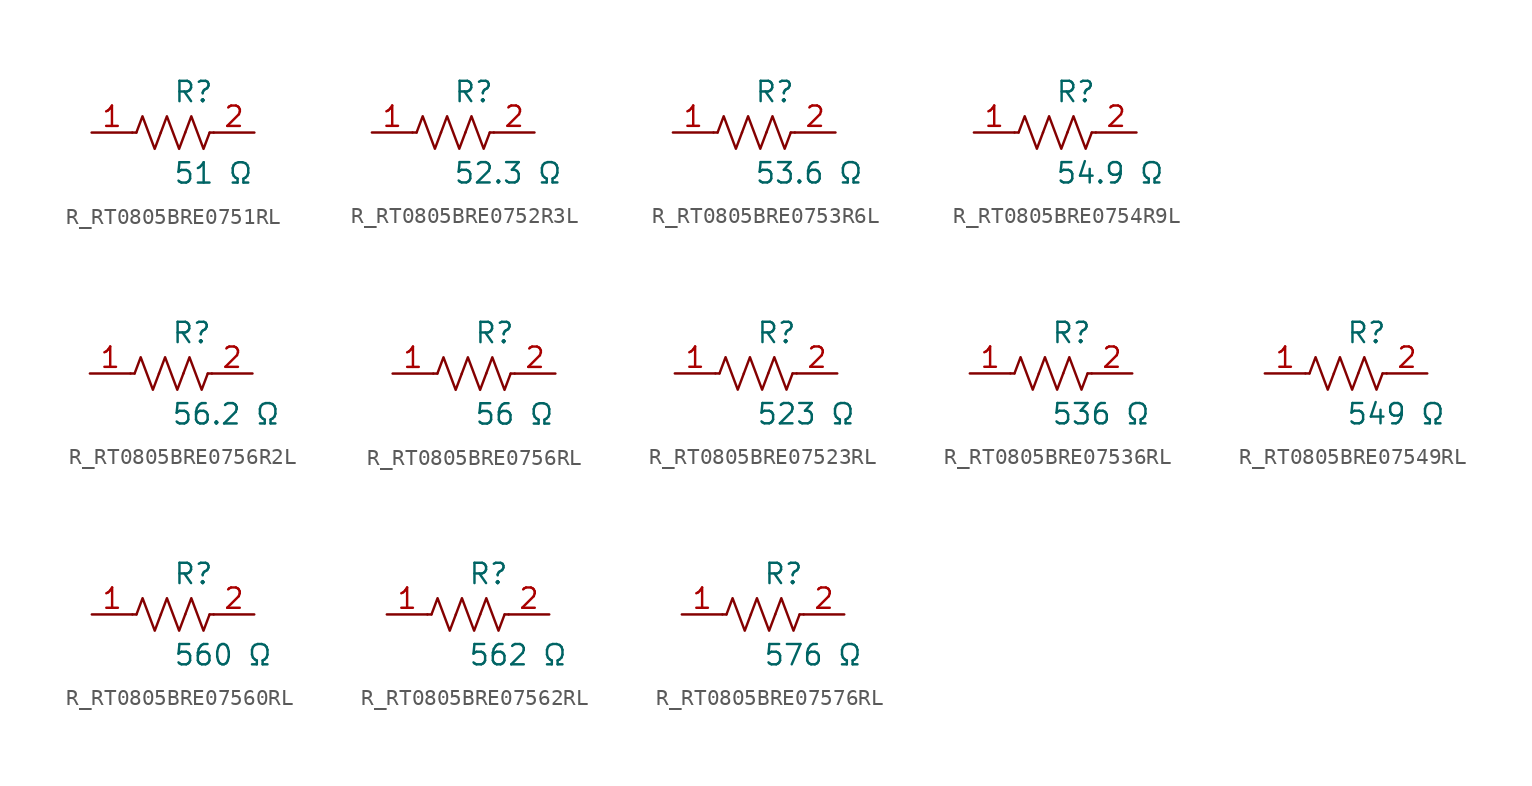
<source format=kicad_sym>
(kicad_symbol_lib
  (version 20231120)
  (generator kicad_symbol_editor)
  (generator_version 8.0)
  (symbol "R_RT0805BRE0751RL"
    (pin_names
      (offset 0.254))
    (property "Reference" "R"
      (at 0.0 2.54 0)
      (effects (font (size 1.27 1.27)) (justify left)))
    (property "Value" "51 Ω"
      (at 0.0 -2.54 0)
      (effects (font (size 1.27 1.27)) (justify left)))
    (symbol "R_RT0805BRE0751RL_0_1"
      (polyline (pts (xy 2.286 0) (xy 2.54 0)) (stroke (width 0) (type default)) (fill (type none)))
      (polyline (pts (xy -2.286 0) (xy -2.54 0)) (stroke (width 0) (type default)) (fill (type none)))
      (polyline (pts (xy 0.762 0) (xy 1.143 1.016) (xy 1.524 0) (xy 1.905 -1.016) (xy 2.286 0)) (stroke (width 0) (type default)) (fill (type none)))
      (polyline (pts (xy -0.762 0) (xy -0.381 1.016) (xy 0 0) (xy 0.381 -1.016) (xy 0.762 0)) (stroke (width 0) (type default)) (fill (type none)))
      (polyline (pts (xy -2.286 0) (xy -1.905 1.016) (xy -1.524 0) (xy -1.143 -1.016) (xy -0.762 0)) (stroke (width 0) (type default)) (fill (type none))))
    (pin unspecified line
      (at -5.08 0 0)
      (length 2.54)
      (name "" (effects (font (size 1.27 1.27))))
      (number "1" (effects (font (size 1.27 1.27)))))
    (pin unspecified line
      (at 5.08 0 180)
      (length 2.54)
      (name "" (effects (font (size 1.27 1.27))))
      (number "2" (effects (font (size 1.27 1.27))))))
  (symbol "R_RT0805BRE0752R3L"
    (pin_names
      (offset 0.254))
    (property "Reference" "R"
      (at 0.0 2.54 0)
      (effects (font (size 1.27 1.27)) (justify left)))
    (property "Value" "52.3 Ω"
      (at 0.0 -2.54 0)
      (effects (font (size 1.27 1.27)) (justify left)))
    (symbol "R_RT0805BRE0752R3L_0_1"
      (polyline (pts (xy 2.286 0) (xy 2.54 0)) (stroke (width 0) (type default)) (fill (type none)))
      (polyline (pts (xy -2.286 0) (xy -2.54 0)) (stroke (width 0) (type default)) (fill (type none)))
      (polyline (pts (xy 0.762 0) (xy 1.143 1.016) (xy 1.524 0) (xy 1.905 -1.016) (xy 2.286 0)) (stroke (width 0) (type default)) (fill (type none)))
      (polyline (pts (xy -0.762 0) (xy -0.381 1.016) (xy 0 0) (xy 0.381 -1.016) (xy 0.762 0)) (stroke (width 0) (type default)) (fill (type none)))
      (polyline (pts (xy -2.286 0) (xy -1.905 1.016) (xy -1.524 0) (xy -1.143 -1.016) (xy -0.762 0)) (stroke (width 0) (type default)) (fill (type none))))
    (pin unspecified line
      (at -5.08 0 0)
      (length 2.54)
      (name "" (effects (font (size 1.27 1.27))))
      (number "1" (effects (font (size 1.27 1.27)))))
    (pin unspecified line
      (at 5.08 0 180)
      (length 2.54)
      (name "" (effects (font (size 1.27 1.27))))
      (number "2" (effects (font (size 1.27 1.27))))))
  (symbol "R_RT0805BRE0753R6L"
    (pin_names
      (offset 0.254))
    (property "Reference" "R"
      (at 0.0 2.54 0)
      (effects (font (size 1.27 1.27)) (justify left)))
    (property "Value" "53.6 Ω"
      (at 0.0 -2.54 0)
      (effects (font (size 1.27 1.27)) (justify left)))
    (symbol "R_RT0805BRE0753R6L_0_1"
      (polyline (pts (xy 2.286 0) (xy 2.54 0)) (stroke (width 0) (type default)) (fill (type none)))
      (polyline (pts (xy -2.286 0) (xy -2.54 0)) (stroke (width 0) (type default)) (fill (type none)))
      (polyline (pts (xy 0.762 0) (xy 1.143 1.016) (xy 1.524 0) (xy 1.905 -1.016) (xy 2.286 0)) (stroke (width 0) (type default)) (fill (type none)))
      (polyline (pts (xy -0.762 0) (xy -0.381 1.016) (xy 0 0) (xy 0.381 -1.016) (xy 0.762 0)) (stroke (width 0) (type default)) (fill (type none)))
      (polyline (pts (xy -2.286 0) (xy -1.905 1.016) (xy -1.524 0) (xy -1.143 -1.016) (xy -0.762 0)) (stroke (width 0) (type default)) (fill (type none))))
    (pin unspecified line
      (at -5.08 0 0)
      (length 2.54)
      (name "" (effects (font (size 1.27 1.27))))
      (number "1" (effects (font (size 1.27 1.27)))))
    (pin unspecified line
      (at 5.08 0 180)
      (length 2.54)
      (name "" (effects (font (size 1.27 1.27))))
      (number "2" (effects (font (size 1.27 1.27))))))
  (symbol "R_RT0805BRE0754R9L"
    (pin_names
      (offset 0.254))
    (property "Reference" "R"
      (at 0.0 2.54 0)
      (effects (font (size 1.27 1.27)) (justify left)))
    (property "Value" "54.9 Ω"
      (at 0.0 -2.54 0)
      (effects (font (size 1.27 1.27)) (justify left)))
    (symbol "R_RT0805BRE0754R9L_0_1"
      (polyline (pts (xy 2.286 0) (xy 2.54 0)) (stroke (width 0) (type default)) (fill (type none)))
      (polyline (pts (xy -2.286 0) (xy -2.54 0)) (stroke (width 0) (type default)) (fill (type none)))
      (polyline (pts (xy 0.762 0) (xy 1.143 1.016) (xy 1.524 0) (xy 1.905 -1.016) (xy 2.286 0)) (stroke (width 0) (type default)) (fill (type none)))
      (polyline (pts (xy -0.762 0) (xy -0.381 1.016) (xy 0 0) (xy 0.381 -1.016) (xy 0.762 0)) (stroke (width 0) (type default)) (fill (type none)))
      (polyline (pts (xy -2.286 0) (xy -1.905 1.016) (xy -1.524 0) (xy -1.143 -1.016) (xy -0.762 0)) (stroke (width 0) (type default)) (fill (type none))))
    (pin unspecified line
      (at -5.08 0 0)
      (length 2.54)
      (name "" (effects (font (size 1.27 1.27))))
      (number "1" (effects (font (size 1.27 1.27)))))
    (pin unspecified line
      (at 5.08 0 180)
      (length 2.54)
      (name "" (effects (font (size 1.27 1.27))))
      (number "2" (effects (font (size 1.27 1.27))))))
  (symbol "R_RT0805BRE0756R2L"
    (pin_names
      (offset 0.254))
    (property "Reference" "R"
      (at 0.0 2.54 0)
      (effects (font (size 1.27 1.27)) (justify left)))
    (property "Value" "56.2 Ω"
      (at 0.0 -2.54 0)
      (effects (font (size 1.27 1.27)) (justify left)))
    (symbol "R_RT0805BRE0756R2L_0_1"
      (polyline (pts (xy 2.286 0) (xy 2.54 0)) (stroke (width 0) (type default)) (fill (type none)))
      (polyline (pts (xy -2.286 0) (xy -2.54 0)) (stroke (width 0) (type default)) (fill (type none)))
      (polyline (pts (xy 0.762 0) (xy 1.143 1.016) (xy 1.524 0) (xy 1.905 -1.016) (xy 2.286 0)) (stroke (width 0) (type default)) (fill (type none)))
      (polyline (pts (xy -0.762 0) (xy -0.381 1.016) (xy 0 0) (xy 0.381 -1.016) (xy 0.762 0)) (stroke (width 0) (type default)) (fill (type none)))
      (polyline (pts (xy -2.286 0) (xy -1.905 1.016) (xy -1.524 0) (xy -1.143 -1.016) (xy -0.762 0)) (stroke (width 0) (type default)) (fill (type none))))
    (pin unspecified line
      (at -5.08 0 0)
      (length 2.54)
      (name "" (effects (font (size 1.27 1.27))))
      (number "1" (effects (font (size 1.27 1.27)))))
    (pin unspecified line
      (at 5.08 0 180)
      (length 2.54)
      (name "" (effects (font (size 1.27 1.27))))
      (number "2" (effects (font (size 1.27 1.27))))))
  (symbol "R_RT0805BRE0756RL"
    (pin_names
      (offset 0.254))
    (property "Reference" "R"
      (at 0.0 2.54 0)
      (effects (font (size 1.27 1.27)) (justify left)))
    (property "Value" "56 Ω"
      (at 0.0 -2.54 0)
      (effects (font (size 1.27 1.27)) (justify left)))
    (symbol "R_RT0805BRE0756RL_0_1"
      (polyline (pts (xy 2.286 0) (xy 2.54 0)) (stroke (width 0) (type default)) (fill (type none)))
      (polyline (pts (xy -2.286 0) (xy -2.54 0)) (stroke (width 0) (type default)) (fill (type none)))
      (polyline (pts (xy 0.762 0) (xy 1.143 1.016) (xy 1.524 0) (xy 1.905 -1.016) (xy 2.286 0)) (stroke (width 0) (type default)) (fill (type none)))
      (polyline (pts (xy -0.762 0) (xy -0.381 1.016) (xy 0 0) (xy 0.381 -1.016) (xy 0.762 0)) (stroke (width 0) (type default)) (fill (type none)))
      (polyline (pts (xy -2.286 0) (xy -1.905 1.016) (xy -1.524 0) (xy -1.143 -1.016) (xy -0.762 0)) (stroke (width 0) (type default)) (fill (type none))))
    (pin unspecified line
      (at -5.08 0 0)
      (length 2.54)
      (name "" (effects (font (size 1.27 1.27))))
      (number "1" (effects (font (size 1.27 1.27)))))
    (pin unspecified line
      (at 5.08 0 180)
      (length 2.54)
      (name "" (effects (font (size 1.27 1.27))))
      (number "2" (effects (font (size 1.27 1.27))))))
  (symbol "R_RT0805BRE07523RL"
    (pin_names
      (offset 0.254))
    (property "Reference" "R"
      (at 0.0 2.54 0)
      (effects (font (size 1.27 1.27)) (justify left)))
    (property "Value" "523 Ω"
      (at 0.0 -2.54 0)
      (effects (font (size 1.27 1.27)) (justify left)))
    (symbol "R_RT0805BRE07523RL_0_1"
      (polyline (pts (xy 2.286 0) (xy 2.54 0)) (stroke (width 0) (type default)) (fill (type none)))
      (polyline (pts (xy -2.286 0) (xy -2.54 0)) (stroke (width 0) (type default)) (fill (type none)))
      (polyline (pts (xy 0.762 0) (xy 1.143 1.016) (xy 1.524 0) (xy 1.905 -1.016) (xy 2.286 0)) (stroke (width 0) (type default)) (fill (type none)))
      (polyline (pts (xy -0.762 0) (xy -0.381 1.016) (xy 0 0) (xy 0.381 -1.016) (xy 0.762 0)) (stroke (width 0) (type default)) (fill (type none)))
      (polyline (pts (xy -2.286 0) (xy -1.905 1.016) (xy -1.524 0) (xy -1.143 -1.016) (xy -0.762 0)) (stroke (width 0) (type default)) (fill (type none))))
    (pin unspecified line
      (at -5.08 0 0)
      (length 2.54)
      (name "" (effects (font (size 1.27 1.27))))
      (number "1" (effects (font (size 1.27 1.27)))))
    (pin unspecified line
      (at 5.08 0 180)
      (length 2.54)
      (name "" (effects (font (size 1.27 1.27))))
      (number "2" (effects (font (size 1.27 1.27))))))
  (symbol "R_RT0805BRE07536RL"
    (pin_names
      (offset 0.254))
    (property "Reference" "R"
      (at 0.0 2.54 0)
      (effects (font (size 1.27 1.27)) (justify left)))
    (property "Value" "536 Ω"
      (at 0.0 -2.54 0)
      (effects (font (size 1.27 1.27)) (justify left)))
    (symbol "R_RT0805BRE07536RL_0_1"
      (polyline (pts (xy 2.286 0) (xy 2.54 0)) (stroke (width 0) (type default)) (fill (type none)))
      (polyline (pts (xy -2.286 0) (xy -2.54 0)) (stroke (width 0) (type default)) (fill (type none)))
      (polyline (pts (xy 0.762 0) (xy 1.143 1.016) (xy 1.524 0) (xy 1.905 -1.016) (xy 2.286 0)) (stroke (width 0) (type default)) (fill (type none)))
      (polyline (pts (xy -0.762 0) (xy -0.381 1.016) (xy 0 0) (xy 0.381 -1.016) (xy 0.762 0)) (stroke (width 0) (type default)) (fill (type none)))
      (polyline (pts (xy -2.286 0) (xy -1.905 1.016) (xy -1.524 0) (xy -1.143 -1.016) (xy -0.762 0)) (stroke (width 0) (type default)) (fill (type none))))
    (pin unspecified line
      (at -5.08 0 0)
      (length 2.54)
      (name "" (effects (font (size 1.27 1.27))))
      (number "1" (effects (font (size 1.27 1.27)))))
    (pin unspecified line
      (at 5.08 0 180)
      (length 2.54)
      (name "" (effects (font (size 1.27 1.27))))
      (number "2" (effects (font (size 1.27 1.27))))))
  (symbol "R_RT0805BRE07549RL"
    (pin_names
      (offset 0.254))
    (property "Reference" "R"
      (at 0.0 2.54 0)
      (effects (font (size 1.27 1.27)) (justify left)))
    (property "Value" "549 Ω"
      (at 0.0 -2.54 0)
      (effects (font (size 1.27 1.27)) (justify left)))
    (symbol "R_RT0805BRE07549RL_0_1"
      (polyline (pts (xy 2.286 0) (xy 2.54 0)) (stroke (width 0) (type default)) (fill (type none)))
      (polyline (pts (xy -2.286 0) (xy -2.54 0)) (stroke (width 0) (type default)) (fill (type none)))
      (polyline (pts (xy 0.762 0) (xy 1.143 1.016) (xy 1.524 0) (xy 1.905 -1.016) (xy 2.286 0)) (stroke (width 0) (type default)) (fill (type none)))
      (polyline (pts (xy -0.762 0) (xy -0.381 1.016) (xy 0 0) (xy 0.381 -1.016) (xy 0.762 0)) (stroke (width 0) (type default)) (fill (type none)))
      (polyline (pts (xy -2.286 0) (xy -1.905 1.016) (xy -1.524 0) (xy -1.143 -1.016) (xy -0.762 0)) (stroke (width 0) (type default)) (fill (type none))))
    (pin unspecified line
      (at -5.08 0 0)
      (length 2.54)
      (name "" (effects (font (size 1.27 1.27))))
      (number "1" (effects (font (size 1.27 1.27)))))
    (pin unspecified line
      (at 5.08 0 180)
      (length 2.54)
      (name "" (effects (font (size 1.27 1.27))))
      (number "2" (effects (font (size 1.27 1.27))))))
  (symbol "R_RT0805BRE07560RL"
    (pin_names
      (offset 0.254))
    (property "Reference" "R"
      (at 0.0 2.54 0)
      (effects (font (size 1.27 1.27)) (justify left)))
    (property "Value" "560 Ω"
      (at 0.0 -2.54 0)
      (effects (font (size 1.27 1.27)) (justify left)))
    (symbol "R_RT0805BRE07560RL_0_1"
      (polyline (pts (xy 2.286 0) (xy 2.54 0)) (stroke (width 0) (type default)) (fill (type none)))
      (polyline (pts (xy -2.286 0) (xy -2.54 0)) (stroke (width 0) (type default)) (fill (type none)))
      (polyline (pts (xy 0.762 0) (xy 1.143 1.016) (xy 1.524 0) (xy 1.905 -1.016) (xy 2.286 0)) (stroke (width 0) (type default)) (fill (type none)))
      (polyline (pts (xy -0.762 0) (xy -0.381 1.016) (xy 0 0) (xy 0.381 -1.016) (xy 0.762 0)) (stroke (width 0) (type default)) (fill (type none)))
      (polyline (pts (xy -2.286 0) (xy -1.905 1.016) (xy -1.524 0) (xy -1.143 -1.016) (xy -0.762 0)) (stroke (width 0) (type default)) (fill (type none))))
    (pin unspecified line
      (at -5.08 0 0)
      (length 2.54)
      (name "" (effects (font (size 1.27 1.27))))
      (number "1" (effects (font (size 1.27 1.27)))))
    (pin unspecified line
      (at 5.08 0 180)
      (length 2.54)
      (name "" (effects (font (size 1.27 1.27))))
      (number "2" (effects (font (size 1.27 1.27))))))
  (symbol "R_RT0805BRE07562RL"
    (pin_names
      (offset 0.254))
    (property "Reference" "R"
      (at 0.0 2.54 0)
      (effects (font (size 1.27 1.27)) (justify left)))
    (property "Value" "562 Ω"
      (at 0.0 -2.54 0)
      (effects (font (size 1.27 1.27)) (justify left)))
    (symbol "R_RT0805BRE07562RL_0_1"
      (polyline (pts (xy 2.286 0) (xy 2.54 0)) (stroke (width 0) (type default)) (fill (type none)))
      (polyline (pts (xy -2.286 0) (xy -2.54 0)) (stroke (width 0) (type default)) (fill (type none)))
      (polyline (pts (xy 0.762 0) (xy 1.143 1.016) (xy 1.524 0) (xy 1.905 -1.016) (xy 2.286 0)) (stroke (width 0) (type default)) (fill (type none)))
      (polyline (pts (xy -0.762 0) (xy -0.381 1.016) (xy 0 0) (xy 0.381 -1.016) (xy 0.762 0)) (stroke (width 0) (type default)) (fill (type none)))
      (polyline (pts (xy -2.286 0) (xy -1.905 1.016) (xy -1.524 0) (xy -1.143 -1.016) (xy -0.762 0)) (stroke (width 0) (type default)) (fill (type none))))
    (pin unspecified line
      (at -5.08 0 0)
      (length 2.54)
      (name "" (effects (font (size 1.27 1.27))))
      (number "1" (effects (font (size 1.27 1.27)))))
    (pin unspecified line
      (at 5.08 0 180)
      (length 2.54)
      (name "" (effects (font (size 1.27 1.27))))
      (number "2" (effects (font (size 1.27 1.27))))))
  (symbol "R_RT0805BRE07576RL"
    (pin_names
      (offset 0.254))
    (property "Reference" "R"
      (at 0.0 2.54 0)
      (effects (font (size 1.27 1.27)) (justify left)))
    (property "Value" "576 Ω"
      (at 0.0 -2.54 0)
      (effects (font (size 1.27 1.27)) (justify left)))
    (symbol "R_RT0805BRE07576RL_0_1"
      (polyline (pts (xy 2.286 0) (xy 2.54 0)) (stroke (width 0) (type default)) (fill (type none)))
      (polyline (pts (xy -2.286 0) (xy -2.54 0)) (stroke (width 0) (type default)) (fill (type none)))
      (polyline (pts (xy 0.762 0) (xy 1.143 1.016) (xy 1.524 0) (xy 1.905 -1.016) (xy 2.286 0)) (stroke (width 0) (type default)) (fill (type none)))
      (polyline (pts (xy -0.762 0) (xy -0.381 1.016) (xy 0 0) (xy 0.381 -1.016) (xy 0.762 0)) (stroke (width 0) (type default)) (fill (type none)))
      (polyline (pts (xy -2.286 0) (xy -1.905 1.016) (xy -1.524 0) (xy -1.143 -1.016) (xy -0.762 0)) (stroke (width 0) (type default)) (fill (type none))))
    (pin unspecified line
      (at -5.08 0 0)
      (length 2.54)
      (name "" (effects (font (size 1.27 1.27))))
      (number "1" (effects (font (size 1.27 1.27)))))
    (pin unspecified line
      (at 5.08 0 180)
      (length 2.54)
      (name "" (effects (font (size 1.27 1.27))))
      (number "2" (effects (font (size 1.27 1.27)))))))
</source>
